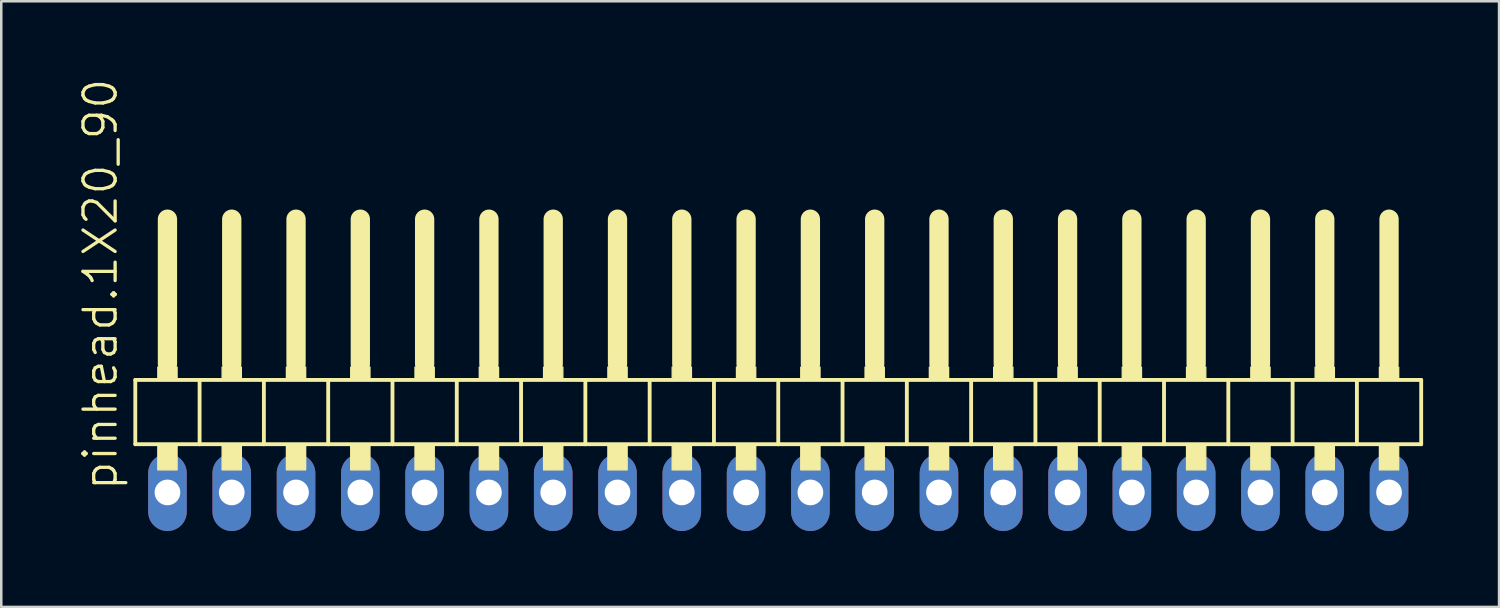
<source format=kicad_pcb>
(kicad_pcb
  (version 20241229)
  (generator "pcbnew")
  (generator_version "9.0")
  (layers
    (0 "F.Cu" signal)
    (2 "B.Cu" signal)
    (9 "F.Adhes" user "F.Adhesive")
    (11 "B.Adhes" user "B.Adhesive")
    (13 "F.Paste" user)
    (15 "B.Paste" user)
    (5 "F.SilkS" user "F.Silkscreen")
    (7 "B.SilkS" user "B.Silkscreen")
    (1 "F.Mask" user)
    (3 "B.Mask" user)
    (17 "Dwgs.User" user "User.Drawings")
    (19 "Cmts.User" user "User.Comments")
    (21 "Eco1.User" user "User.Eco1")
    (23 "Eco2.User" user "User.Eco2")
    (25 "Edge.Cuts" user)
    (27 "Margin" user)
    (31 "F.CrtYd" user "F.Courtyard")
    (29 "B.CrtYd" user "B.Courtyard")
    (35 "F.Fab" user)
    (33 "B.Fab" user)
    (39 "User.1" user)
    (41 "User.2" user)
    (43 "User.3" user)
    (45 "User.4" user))
  (footprint "pinhead.1X20_90"
    (layer "F.Cu")
    (at 27.695 12.594)
    (property "Reference" "pinhead.1X20_90" (at -26.035 3.81 90) (layer "F.SilkS") (effects (font (size 1.27 1.27) (thickness 0.13)) (justify left bottom)))
    (attr through_hole)
    (fp_line (start -25.4 -0.635) (end -25.4 1.905) (stroke (width 0.152) (type default)) (layer "F.SilkS"))
    (fp_line (start -25.4 1.905) (end -22.86 1.905) (stroke (width 0.152) (type default)) (layer "F.SilkS"))
    (fp_line (start -24.13 -6.985) (end -24.13 -1.27) (stroke (width 0.762) (type default)) (layer "F.SilkS"))
    (fp_line (start -22.86 -0.635) (end -25.4 -0.635) (stroke (width 0.152) (type default)) (layer "F.SilkS"))
    (fp_line (start -22.86 1.905) (end -22.86 -0.635) (stroke (width 0.152) (type default)) (layer "F.SilkS"))
    (fp_line (start -22.86 1.905) (end -20.32 1.905) (stroke (width 0.152) (type default)) (layer "F.SilkS"))
    (fp_line (start -21.59 -6.985) (end -21.59 -1.27) (stroke (width 0.762) (type default)) (layer "F.SilkS"))
    (fp_line (start -20.32 -0.635) (end -22.86 -0.635) (stroke (width 0.152) (type default)) (layer "F.SilkS"))
    (fp_line (start -20.32 1.905) (end -20.32 -0.635) (stroke (width 0.152) (type default)) (layer "F.SilkS"))
    (fp_line (start -20.32 1.905) (end -17.78 1.905) (stroke (width 0.152) (type default)) (layer "F.SilkS"))
    (fp_line (start -19.05 -6.985) (end -19.05 -1.27) (stroke (width 0.762) (type default)) (layer "F.SilkS"))
    (fp_line (start -17.78 -0.635) (end -20.32 -0.635) (stroke (width 0.152) (type default)) (layer "F.SilkS"))
    (fp_line (start -17.78 1.905) (end -17.78 -0.635) (stroke (width 0.152) (type default)) (layer "F.SilkS"))
    (fp_line (start -17.78 1.905) (end -15.24 1.905) (stroke (width 0.152) (type default)) (layer "F.SilkS"))
    (fp_line (start -16.51 -6.985) (end -16.51 -1.27) (stroke (width 0.762) (type default)) (layer "F.SilkS"))
    (fp_line (start -15.24 -0.635) (end -17.78 -0.635) (stroke (width 0.152) (type default)) (layer "F.SilkS"))
    (fp_line (start -15.24 1.905) (end -15.24 -0.635) (stroke (width 0.152) (type default)) (layer "F.SilkS"))
    (fp_line (start -15.24 1.905) (end -12.7 1.905) (stroke (width 0.152) (type default)) (layer "F.SilkS"))
    (fp_line (start -13.97 -6.985) (end -13.97 -1.27) (stroke (width 0.762) (type default)) (layer "F.SilkS"))
    (fp_line (start -12.7 -0.635) (end -15.24 -0.635) (stroke (width 0.152) (type default)) (layer "F.SilkS"))
    (fp_line (start -12.7 1.905) (end -12.7 -0.635) (stroke (width 0.152) (type default)) (layer "F.SilkS"))
    (fp_line (start -12.7 1.905) (end -10.16 1.905) (stroke (width 0.152) (type default)) (layer "F.SilkS"))
    (fp_line (start -11.43 -6.985) (end -11.43 -1.27) (stroke (width 0.762) (type default)) (layer "F.SilkS"))
    (fp_line (start -10.16 -0.635) (end -12.7 -0.635) (stroke (width 0.152) (type default)) (layer "F.SilkS"))
    (fp_line (start -10.16 1.905) (end -10.16 -0.635) (stroke (width 0.152) (type default)) (layer "F.SilkS"))
    (fp_line (start -10.16 1.905) (end -7.62 1.905) (stroke (width 0.152) (type default)) (layer "F.SilkS"))
    (fp_line (start -8.89 -6.985) (end -8.89 -1.27) (stroke (width 0.762) (type default)) (layer "F.SilkS"))
    (fp_line (start -7.62 -0.635) (end -10.16 -0.635) (stroke (width 0.152) (type default)) (layer "F.SilkS"))
    (fp_line (start -7.62 1.905) (end -7.62 -0.635) (stroke (width 0.152) (type default)) (layer "F.SilkS"))
    (fp_line (start -7.62 1.905) (end -5.08 1.905) (stroke (width 0.152) (type default)) (layer "F.SilkS"))
    (fp_line (start -6.35 -6.985) (end -6.35 -1.27) (stroke (width 0.762) (type default)) (layer "F.SilkS"))
    (fp_line (start -5.08 -0.635) (end -7.62 -0.635) (stroke (width 0.152) (type default)) (layer "F.SilkS"))
    (fp_line (start -5.08 1.905) (end -5.08 -0.635) (stroke (width 0.152) (type default)) (layer "F.SilkS"))
    (fp_line (start -5.08 1.905) (end -2.54 1.905) (stroke (width 0.152) (type default)) (layer "F.SilkS"))
    (fp_line (start -3.81 -6.985) (end -3.81 -1.27) (stroke (width 0.762) (type default)) (layer "F.SilkS"))
    (fp_line (start -2.54 -0.635) (end -5.08 -0.635) (stroke (width 0.152) (type default)) (layer "F.SilkS"))
    (fp_line (start -2.54 1.905) (end -2.54 -0.635) (stroke (width 0.152) (type default)) (layer "F.SilkS"))
    (fp_line (start -2.54 1.905) (end 0 1.905) (stroke (width 0.152) (type default)) (layer "F.SilkS"))
    (fp_line (start -1.27 -6.985) (end -1.27 -1.27) (stroke (width 0.762) (type default)) (layer "F.SilkS"))
    (fp_line (start 0 -0.635) (end -2.54 -0.635) (stroke (width 0.152) (type default)) (layer "F.SilkS"))
    (fp_line (start 0 1.905) (end 0 -0.635) (stroke (width 0.152) (type default)) (layer "F.SilkS"))
    (fp_line (start 0 1.905) (end 2.54 1.905) (stroke (width 0.152) (type default)) (layer "F.SilkS"))
    (fp_line (start 1.27 -6.985) (end 1.27 -1.27) (stroke (width 0.762) (type default)) (layer "F.SilkS"))
    (fp_line (start 2.54 -0.635) (end 0 -0.635) (stroke (width 0.152) (type default)) (layer "F.SilkS"))
    (fp_line (start 2.54 1.905) (end 2.54 -0.635) (stroke (width 0.152) (type default)) (layer "F.SilkS"))
    (fp_line (start 2.54 1.905) (end 5.08 1.905) (stroke (width 0.152) (type default)) (layer "F.SilkS"))
    (fp_line (start 3.81 -6.985) (end 3.81 -1.27) (stroke (width 0.762) (type default)) (layer "F.SilkS"))
    (fp_line (start 5.08 -0.635) (end 2.54 -0.635) (stroke (width 0.152) (type default)) (layer "F.SilkS"))
    (fp_line (start 5.08 1.905) (end 5.08 -0.635) (stroke (width 0.152) (type default)) (layer "F.SilkS"))
    (fp_line (start 5.08 1.905) (end 7.62 1.905) (stroke (width 0.152) (type default)) (layer "F.SilkS"))
    (fp_line (start 6.35 -6.985) (end 6.35 -1.27) (stroke (width 0.762) (type default)) (layer "F.SilkS"))
    (fp_line (start 7.62 -0.635) (end 5.08 -0.635) (stroke (width 0.152) (type default)) (layer "F.SilkS"))
    (fp_line (start 7.62 1.905) (end 7.62 -0.635) (stroke (width 0.152) (type default)) (layer "F.SilkS"))
    (fp_line (start 7.62 1.905) (end 10.16 1.905) (stroke (width 0.152) (type default)) (layer "F.SilkS"))
    (fp_line (start 8.89 -6.985) (end 8.89 -1.27) (stroke (width 0.762) (type default)) (layer "F.SilkS"))
    (fp_line (start 10.16 -0.635) (end 7.62 -0.635) (stroke (width 0.152) (type default)) (layer "F.SilkS"))
    (fp_line (start 10.16 1.905) (end 10.16 -0.635) (stroke (width 0.152) (type default)) (layer "F.SilkS"))
    (fp_line (start 10.16 1.905) (end 12.7 1.905) (stroke (width 0.152) (type default)) (layer "F.SilkS"))
    (fp_line (start 11.43 -6.985) (end 11.43 -1.27) (stroke (width 0.762) (type default)) (layer "F.SilkS"))
    (fp_line (start 12.7 -0.635) (end 10.16 -0.635) (stroke (width 0.152) (type default)) (layer "F.SilkS"))
    (fp_line (start 12.7 1.905) (end 12.7 -0.635) (stroke (width 0.152) (type default)) (layer "F.SilkS"))
    (fp_line (start 12.7 1.905) (end 15.24 1.905) (stroke (width 0.152) (type default)) (layer "F.SilkS"))
    (fp_line (start 13.97 -6.985) (end 13.97 -1.27) (stroke (width 0.762) (type default)) (layer "F.SilkS"))
    (fp_line (start 15.24 -0.635) (end 12.7 -0.635) (stroke (width 0.152) (type default)) (layer "F.SilkS"))
    (fp_line (start 15.24 1.905) (end 15.24 -0.635) (stroke (width 0.152) (type default)) (layer "F.SilkS"))
    (fp_line (start 15.24 1.905) (end 17.78 1.905) (stroke (width 0.152) (type default)) (layer "F.SilkS"))
    (fp_line (start 16.51 -6.985) (end 16.51 -1.27) (stroke (width 0.762) (type default)) (layer "F.SilkS"))
    (fp_line (start 17.78 -0.635) (end 15.24 -0.635) (stroke (width 0.152) (type default)) (layer "F.SilkS"))
    (fp_line (start 17.78 1.905) (end 17.78 -0.635) (stroke (width 0.152) (type default)) (layer "F.SilkS"))
    (fp_line (start 17.78 1.905) (end 20.32 1.905) (stroke (width 0.152) (type default)) (layer "F.SilkS"))
    (fp_line (start 19.05 -6.985) (end 19.05 -1.27) (stroke (width 0.762) (type default)) (layer "F.SilkS"))
    (fp_line (start 20.32 -0.635) (end 17.78 -0.635) (stroke (width 0.152) (type default)) (layer "F.SilkS"))
    (fp_line (start 20.32 1.905) (end 20.32 -0.635) (stroke (width 0.152) (type default)) (layer "F.SilkS"))
    (fp_line (start 20.32 1.905) (end 22.86 1.905) (stroke (width 0.152) (type default)) (layer "F.SilkS"))
    (fp_line (start 21.59 -6.985) (end 21.59 -1.27) (stroke (width 0.762) (type default)) (layer "F.SilkS"))
    (fp_line (start 22.86 -0.635) (end 20.32 -0.635) (stroke (width 0.152) (type default)) (layer "F.SilkS"))
    (fp_line (start 22.86 1.905) (end 22.86 -0.635) (stroke (width 0.152) (type default)) (layer "F.SilkS"))
    (fp_line (start 22.86 1.905) (end 25.4 1.905) (stroke (width 0.152) (type default)) (layer "F.SilkS"))
    (fp_line (start 24.13 -6.985) (end 24.13 -1.27) (stroke (width 0.762) (type default)) (layer "F.SilkS"))
    (fp_line (start 25.4 -0.635) (end 22.86 -0.635) (stroke (width 0.152) (type default)) (layer "F.SilkS"))
    (fp_line (start 25.4 1.905) (end 25.4 -0.635) (stroke (width 0.152) (type default)) (layer "F.SilkS"))
    (fp_rect (start -24.511 -0.635) (end -23.749 -1.143) (stroke (width 0.05) (type default)) (fill yes) (layer "F.SilkS"))
    (fp_rect (start -24.511 2.921) (end -23.749 1.905) (stroke (width 0.05) (type default)) (fill yes) (layer "F.SilkS"))
    (fp_rect (start -21.971 -0.635) (end -21.209 -1.143) (stroke (width 0.05) (type default)) (fill yes) (layer "F.SilkS"))
    (fp_rect (start -21.971 2.921) (end -21.209 1.905) (stroke (width 0.05) (type default)) (fill yes) (layer "F.SilkS"))
    (fp_rect (start -19.431 -0.635) (end -18.669 -1.143) (stroke (width 0.05) (type default)) (fill yes) (layer "F.SilkS"))
    (fp_rect (start -19.431 2.921) (end -18.669 1.905) (stroke (width 0.05) (type default)) (fill yes) (layer "F.SilkS"))
    (fp_rect (start -16.891 -0.635) (end -16.129 -1.143) (stroke (width 0.05) (type default)) (fill yes) (layer "F.SilkS"))
    (fp_rect (start -16.891 2.921) (end -16.129 1.905) (stroke (width 0.05) (type default)) (fill yes) (layer "F.SilkS"))
    (fp_rect (start -14.351 -0.635) (end -13.589 -1.143) (stroke (width 0.05) (type default)) (fill yes) (layer "F.SilkS"))
    (fp_rect (start -14.351 2.921) (end -13.589 1.905) (stroke (width 0.05) (type default)) (fill yes) (layer "F.SilkS"))
    (fp_rect (start -11.811 -0.635) (end -11.049 -1.143) (stroke (width 0.05) (type default)) (fill yes) (layer "F.SilkS"))
    (fp_rect (start -11.811 2.921) (end -11.049 1.905) (stroke (width 0.05) (type default)) (fill yes) (layer "F.SilkS"))
    (fp_rect (start -9.271 -0.635) (end -8.509 -1.143) (stroke (width 0.05) (type default)) (fill yes) (layer "F.SilkS"))
    (fp_rect (start -9.271 2.921) (end -8.509 1.905) (stroke (width 0.05) (type default)) (fill yes) (layer "F.SilkS"))
    (fp_rect (start -6.731 -0.635) (end -5.969 -1.143) (stroke (width 0.05) (type default)) (fill yes) (layer "F.SilkS"))
    (fp_rect (start -6.731 2.921) (end -5.969 1.905) (stroke (width 0.05) (type default)) (fill yes) (layer "F.SilkS"))
    (fp_rect (start -4.191 -0.635) (end -3.429 -1.143) (stroke (width 0.05) (type default)) (fill yes) (layer "F.SilkS"))
    (fp_rect (start -4.191 2.921) (end -3.429 1.905) (stroke (width 0.05) (type default)) (fill yes) (layer "F.SilkS"))
    (fp_rect (start -1.651 -0.635) (end -0.889 -1.143) (stroke (width 0.05) (type default)) (fill yes) (layer "F.SilkS"))
    (fp_rect (start -1.651 2.921) (end -0.889 1.905) (stroke (width 0.05) (type default)) (fill yes) (layer "F.SilkS"))
    (fp_rect (start 0.889 -0.635) (end 1.651 -1.143) (stroke (width 0.05) (type default)) (fill yes) (layer "F.SilkS"))
    (fp_rect (start 0.889 2.921) (end 1.651 1.905) (stroke (width 0.05) (type default)) (fill yes) (layer "F.SilkS"))
    (fp_rect (start 3.429 -0.635) (end 4.191 -1.143) (stroke (width 0.05) (type default)) (fill yes) (layer "F.SilkS"))
    (fp_rect (start 3.429 2.921) (end 4.191 1.905) (stroke (width 0.05) (type default)) (fill yes) (layer "F.SilkS"))
    (fp_rect (start 5.969 -0.635) (end 6.731 -1.143) (stroke (width 0.05) (type default)) (fill yes) (layer "F.SilkS"))
    (fp_rect (start 5.969 2.921) (end 6.731 1.905) (stroke (width 0.05) (type default)) (fill yes) (layer "F.SilkS"))
    (fp_rect (start 8.509 -0.635) (end 9.271 -1.143) (stroke (width 0.05) (type default)) (fill yes) (layer "F.SilkS"))
    (fp_rect (start 8.509 2.921) (end 9.271 1.905) (stroke (width 0.05) (type default)) (fill yes) (layer "F.SilkS"))
    (fp_rect (start 11.049 -0.635) (end 11.811 -1.143) (stroke (width 0.05) (type default)) (fill yes) (layer "F.SilkS"))
    (fp_rect (start 11.049 2.921) (end 11.811 1.905) (stroke (width 0.05) (type default)) (fill yes) (layer "F.SilkS"))
    (fp_rect (start 13.589 -0.635) (end 14.351 -1.143) (stroke (width 0.05) (type default)) (fill yes) (layer "F.SilkS"))
    (fp_rect (start 13.589 2.921) (end 14.351 1.905) (stroke (width 0.05) (type default)) (fill yes) (layer "F.SilkS"))
    (fp_rect (start 16.129 -0.635) (end 16.891 -1.143) (stroke (width 0.05) (type default)) (fill yes) (layer "F.SilkS"))
    (fp_rect (start 16.129 2.921) (end 16.891 1.905) (stroke (width 0.05) (type default)) (fill yes) (layer "F.SilkS"))
    (fp_rect (start 18.669 -0.635) (end 19.431 -1.143) (stroke (width 0.05) (type default)) (fill yes) (layer "F.SilkS"))
    (fp_rect (start 18.669 2.921) (end 19.431 1.905) (stroke (width 0.05) (type default)) (fill yes) (layer "F.SilkS"))
    (fp_rect (start 21.209 -0.635) (end 21.971 -1.143) (stroke (width 0.05) (type default)) (fill yes) (layer "F.SilkS"))
    (fp_rect (start 21.209 2.921) (end 21.971 1.905) (stroke (width 0.05) (type default)) (fill yes) (layer "F.SilkS"))
    (fp_rect (start 23.749 -0.635) (end 24.511 -1.143) (stroke (width 0.05) (type default)) (fill yes) (layer "F.SilkS"))
    (fp_rect (start 23.749 2.921) (end 24.511 1.905) (stroke (width 0.05) (type default)) (fill yes) (layer "F.SilkS"))
    (pad "1" thru_hole oval (at -24.13 3.81 90) (size 3.048 1.524) (drill 1.016) (layers "*.Cu" "*.Mask"))
    (pad "2" thru_hole oval (at -21.59 3.81 90) (size 3.048 1.524) (drill 1.016) (layers "*.Cu" "*.Mask"))
    (pad "3" thru_hole oval (at -19.05 3.81 90) (size 3.048 1.524) (drill 1.016) (layers "*.Cu" "*.Mask"))
    (pad "4" thru_hole oval (at -16.51 3.81 90) (size 3.048 1.524) (drill 1.016) (layers "*.Cu" "*.Mask"))
    (pad "5" thru_hole oval (at -13.97 3.81 90) (size 3.048 1.524) (drill 1.016) (layers "*.Cu" "*.Mask"))
    (pad "6" thru_hole oval (at -11.43 3.81 90) (size 3.048 1.524) (drill 1.016) (layers "*.Cu" "*.Mask"))
    (pad "7" thru_hole oval (at -8.89 3.81 90) (size 3.048 1.524) (drill 1.016) (layers "*.Cu" "*.Mask"))
    (pad "8" thru_hole oval (at -6.35 3.81 90) (size 3.048 1.524) (drill 1.016) (layers "*.Cu" "*.Mask"))
    (pad "9" thru_hole oval (at -3.81 3.81 90) (size 3.048 1.524) (drill 1.016) (layers "*.Cu" "*.Mask"))
    (pad "10" thru_hole oval (at -1.27 3.81 90) (size 3.048 1.524) (drill 1.016) (layers "*.Cu" "*.Mask"))
    (pad "11" thru_hole oval (at 1.27 3.81 90) (size 3.048 1.524) (drill 1.016) (layers "*.Cu" "*.Mask"))
    (pad "12" thru_hole oval (at 3.81 3.81 90) (size 3.048 1.524) (drill 1.016) (layers "*.Cu" "*.Mask"))
    (pad "13" thru_hole oval (at 6.35 3.81 90) (size 3.048 1.524) (drill 1.016) (layers "*.Cu" "*.Mask"))
    (pad "14" thru_hole oval (at 8.89 3.81 90) (size 3.048 1.524) (drill 1.016) (layers "*.Cu" "*.Mask"))
    (pad "15" thru_hole oval (at 11.43 3.81 90) (size 3.048 1.524) (drill 1.016) (layers "*.Cu" "*.Mask"))
    (pad "16" thru_hole oval (at 13.97 3.81 90) (size 3.048 1.524) (drill 1.016) (layers "*.Cu" "*.Mask"))
    (pad "17" thru_hole oval (at 16.51 3.81 90) (size 3.048 1.524) (drill 1.016) (layers "*.Cu" "*.Mask"))
    (pad "18" thru_hole oval (at 19.05 3.81 90) (size 3.048 1.524) (drill 1.016) (layers "*.Cu" "*.Mask"))
    (pad "19" thru_hole oval (at 21.59 3.81 90) (size 3.048 1.524) (drill 1.016) (layers "*.Cu" "*.Mask"))
    (pad "20" thru_hole oval (at 24.13 3.81 90) (size 3.048 1.524) (drill 1.016) (layers "*.Cu" "*.Mask")))
  (gr_rect
    (start -3 -3)
    (end 56.171 20.928)
    (stroke (width 0.1) (type default))
    (fill no)
    (layer "Edge.Cuts")))
</source>
